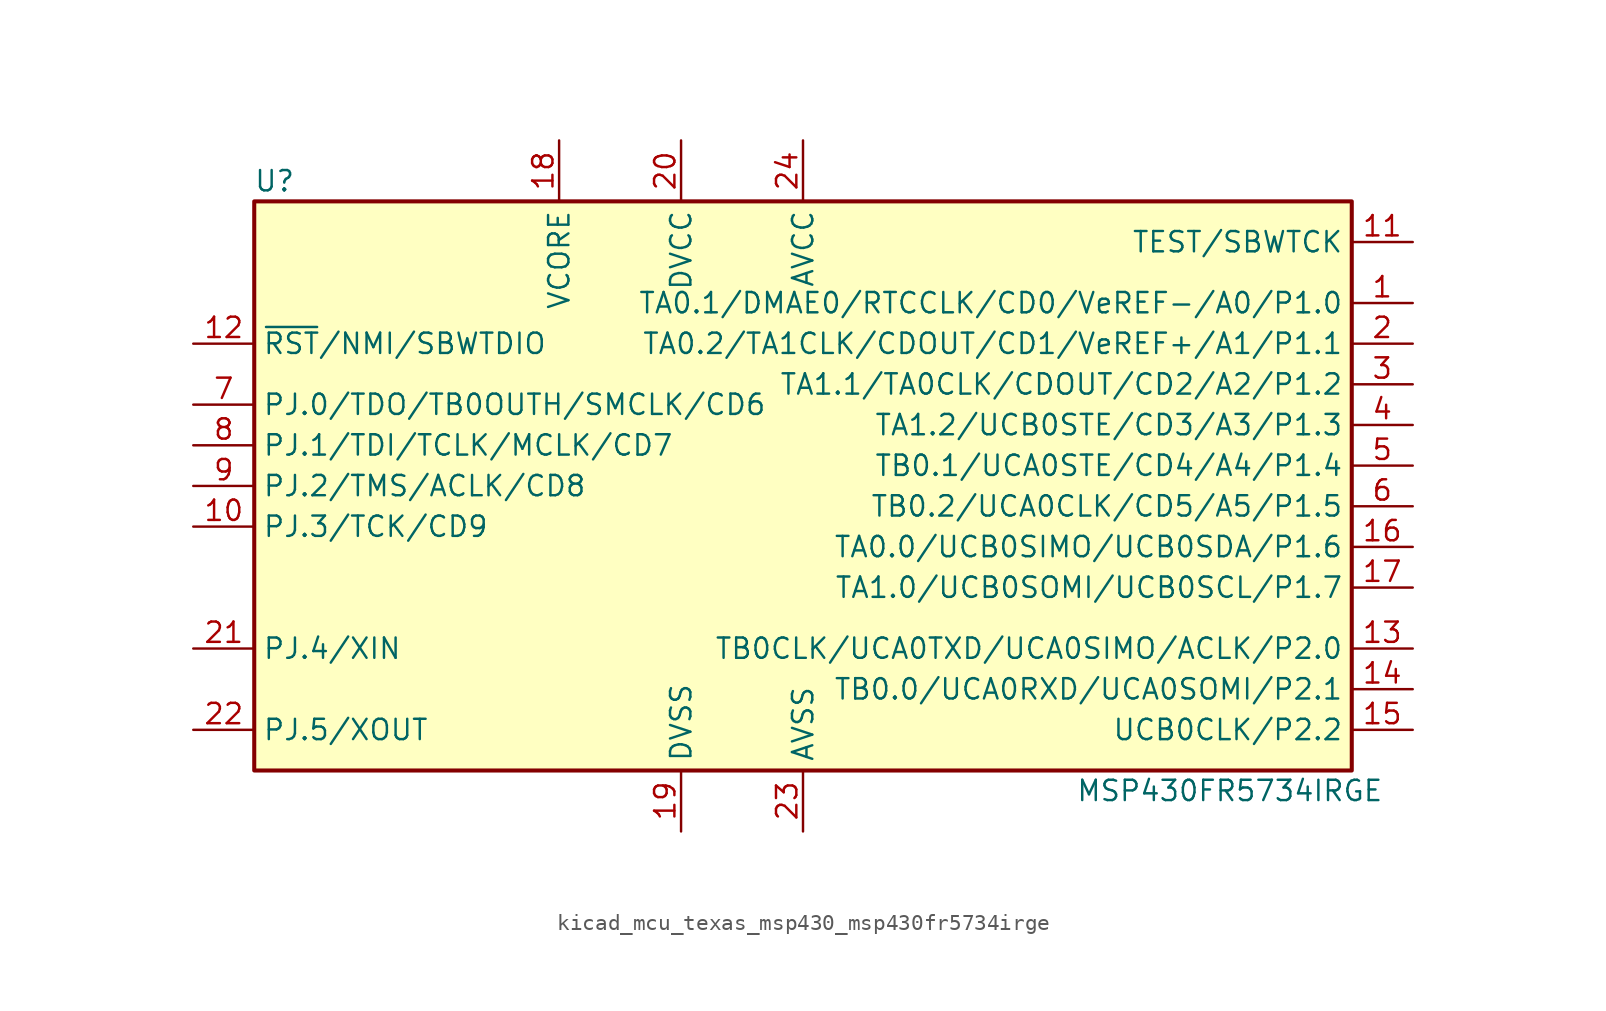
<source format=kicad_sym>
(kicad_symbol_lib
  (version 20220914)
  (generator kicad_symbol_editor)
  (symbol "kicad_mcu_texas_msp430_msp430fr5734irge"
    (property "Reference" "U"
      (at -33.02 19.05 0)
      (effects (font (size 1.27 1.27))))
    (property "Value" "MSP430FR5734IRGE"
      (at 26.67 -19.05 0)
      (effects (font (size 1.27 1.27))))
    (symbol "kicad_mcu_texas_msp430_msp430fr5734irge_0_1"
      (rectangle (start -34.29 17.78) (end 34.29 -17.78) (stroke (width 0.254) (type default)) (fill (type background))))
    (symbol "kicad_mcu_texas_msp430_msp430fr5734irge_1_1"
      (pin bidirectional line (at 38.1 11.43 180) (length 3.81) (name "TA0.1/DMAE0/RTCCLK/CD0/VeREF-/A0/P1.0" (effects (font (size 1.27 1.27)))) (number "1" (effects (font (size 1.27 1.27)))))
      (pin bidirectional line (at -38.1 -2.54 0) (length 3.81) (name "PJ.3/TCK/CD9" (effects (font (size 1.27 1.27)))) (number "10" (effects (font (size 1.27 1.27)))))
      (pin input line (at 38.1 15.24 180) (length 3.81) (name "TEST/SBWTCK" (effects (font (size 1.27 1.27)))) (number "11" (effects (font (size 1.27 1.27)))))
      (pin input line (at -38.1 8.89 0) (length 3.81) (name "~{RST}/NMI/SBWTDIO" (effects (font (size 1.27 1.27)))) (number "12" (effects (font (size 1.27 1.27)))))
      (pin input line (at 38.1 -10.16 180) (length 3.81) (name "TB0CLK/UCA0TXD/UCA0SIMO/ACLK/P2.0" (effects (font (size 1.27 1.27)))) (number "13" (effects (font (size 1.27 1.27)))))
      (pin input line (at 38.1 -12.7 180) (length 3.81) (name "TB0.0/UCA0RXD/UCA0SOMI/P2.1" (effects (font (size 1.27 1.27)))) (number "14" (effects (font (size 1.27 1.27)))))
      (pin input line (at 38.1 -15.24 180) (length 3.81) (name "UCB0CLK/P2.2" (effects (font (size 1.27 1.27)))) (number "15" (effects (font (size 1.27 1.27)))))
      (pin input line (at 38.1 -3.81 180) (length 3.81) (name "TA0.0/UCB0SIMO/UCB0SDA/P1.6" (effects (font (size 1.27 1.27)))) (number "16" (effects (font (size 1.27 1.27)))))
      (pin input line (at 38.1 -6.35 180) (length 3.81) (name "TA1.0/UCB0SOMI/UCB0SCL/P1.7" (effects (font (size 1.27 1.27)))) (number "17" (effects (font (size 1.27 1.27)))))
      (pin input line (at -15.24 21.59 270) (length 3.81) (name "VCORE" (effects (font (size 1.27 1.27)))) (number "18" (effects (font (size 1.27 1.27)))))
      (pin power_in line (at -7.62 -21.59 90) (length 3.81) (name "DVSS" (effects (font (size 1.27 1.27)))) (number "19" (effects (font (size 1.27 1.27)))))
      (pin bidirectional line (at 38.1 8.89 180) (length 3.81) (name "TA0.2/TA1CLK/CDOUT/CD1/VeREF+/A1/P1.1" (effects (font (size 1.27 1.27)))) (number "2" (effects (font (size 1.27 1.27)))))
      (pin power_in line (at -7.62 21.59 270) (length 3.81) (name "DVCC" (effects (font (size 1.27 1.27)))) (number "20" (effects (font (size 1.27 1.27)))))
      (pin input line (at -38.1 -10.16 0) (length 3.81) (name "PJ.4/XIN" (effects (font (size 1.27 1.27)))) (number "21" (effects (font (size 1.27 1.27)))))
      (pin input line (at -38.1 -15.24 0) (length 3.81) (name "PJ.5/XOUT" (effects (font (size 1.27 1.27)))) (number "22" (effects (font (size 1.27 1.27)))))
      (pin power_in line (at 0 -21.59 90) (length 3.81) (name "AVSS" (effects (font (size 1.27 1.27)))) (number "23" (effects (font (size 1.27 1.27)))))
      (pin power_in line (at 0 21.59 270) (length 3.81) (name "AVCC" (effects (font (size 1.27 1.27)))) (number "24" (effects (font (size 1.27 1.27)))))
      (pin bidirectional line (at 38.1 6.35 180) (length 3.81) (name "TA1.1/TA0CLK/CDOUT/CD2/A2/P1.2" (effects (font (size 1.27 1.27)))) (number "3" (effects (font (size 1.27 1.27)))))
      (pin bidirectional line (at 38.1 3.81 180) (length 3.81) (name "TA1.2/UCB0STE/CD3/A3/P1.3" (effects (font (size 1.27 1.27)))) (number "4" (effects (font (size 1.27 1.27)))))
      (pin bidirectional line (at 38.1 1.27 180) (length 3.81) (name "TB0.1/UCA0STE/CD4/A4/P1.4" (effects (font (size 1.27 1.27)))) (number "5" (effects (font (size 1.27 1.27)))))
      (pin bidirectional line (at 38.1 -1.27 180) (length 3.81) (name "TB0.2/UCA0CLK/CD5/A5/P1.5" (effects (font (size 1.27 1.27)))) (number "6" (effects (font (size 1.27 1.27)))))
      (pin bidirectional line (at -38.1 5.08 0) (length 3.81) (name "PJ.0/TDO/TB0OUTH/SMCLK/CD6" (effects (font (size 1.27 1.27)))) (number "7" (effects (font (size 1.27 1.27)))))
      (pin bidirectional line (at -38.1 2.54 0) (length 3.81) (name "PJ.1/TDI/TCLK/MCLK/CD7" (effects (font (size 1.27 1.27)))) (number "8" (effects (font (size 1.27 1.27)))))
      (pin bidirectional line (at -38.1 0 0) (length 3.81) (name "PJ.2/TMS/ACLK/CD8" (effects (font (size 1.27 1.27)))) (number "9" (effects (font (size 1.27 1.27))))))))
</source>
